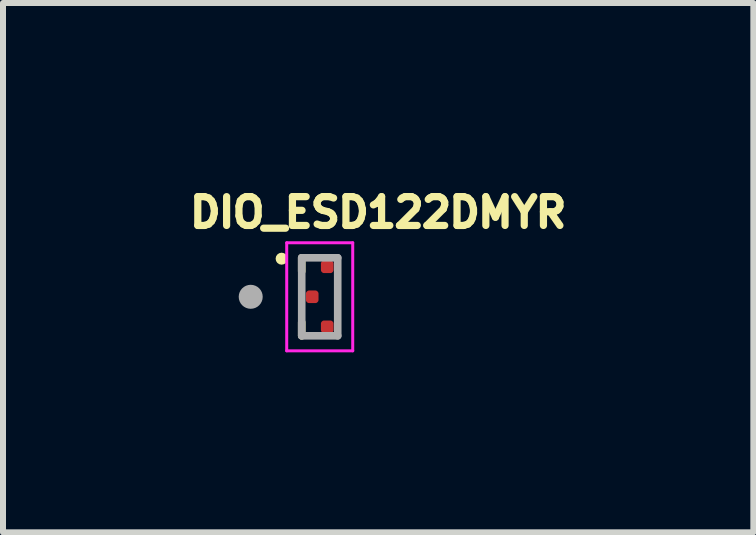
<source format=kicad_pcb>
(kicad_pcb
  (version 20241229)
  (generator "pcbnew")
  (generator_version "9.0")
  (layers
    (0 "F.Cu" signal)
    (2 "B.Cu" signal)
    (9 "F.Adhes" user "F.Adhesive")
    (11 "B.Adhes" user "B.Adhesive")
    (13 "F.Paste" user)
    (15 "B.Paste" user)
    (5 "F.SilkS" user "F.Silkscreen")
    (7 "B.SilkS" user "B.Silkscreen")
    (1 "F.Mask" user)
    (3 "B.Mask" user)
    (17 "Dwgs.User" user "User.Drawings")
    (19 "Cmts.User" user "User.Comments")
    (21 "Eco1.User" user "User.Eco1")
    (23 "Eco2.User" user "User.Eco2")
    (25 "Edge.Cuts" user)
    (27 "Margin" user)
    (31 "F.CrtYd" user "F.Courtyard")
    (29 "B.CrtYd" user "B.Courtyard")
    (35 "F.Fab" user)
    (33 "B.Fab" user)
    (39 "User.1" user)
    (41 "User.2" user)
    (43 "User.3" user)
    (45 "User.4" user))
  (footprint "DIO_ESD122DMYR"
    (layer "F.Cu")
    (at 2.278 1.896)
    (property "Reference" "DIO_ESD122DMYR" (at 0.974 -1.405 0) (layer "F.SilkS") (effects (font (size 0.48 0.48) (thickness 0.15))))
    (attr smd)
    (fp_poly (pts (xy -0.1 0.05) (xy -0.15 0.05) (xy -0.151 0.05) (xy -0.153 0.05) (xy -0.154 0.05) (xy -0.155 0.049) (xy -0.156 0.049) (xy -0.158 0.049) (xy -0.159 0.048) (xy -0.16 0.048) (xy -0.161 0.047) (xy -0.162 0.047) (xy -0.164 0.046) (xy -0.165 0.045) (xy -0.166 0.044) (xy -0.167 0.044) (xy -0.168 0.043) (xy -0.169 0.042) (xy -0.169 0.041) (xy -0.17 0.04) (xy -0.171 0.039) (xy -0.172 0.038) (xy -0.172 0.036) (xy -0.173 0.035) (xy -0.173 0.034) (xy -0.174 0.033) (xy -0.174 0.031) (xy -0.174 0.03) (xy -0.175 0.029) (xy -0.175 0.028) (xy -0.175 0.026) (xy -0.175 0.025) (xy -0.175 -0.025) (xy -0.175 -0.026) (xy -0.175 -0.028) (xy -0.175 -0.029) (xy -0.174 -0.03) (xy -0.174 -0.031) (xy -0.174 -0.033) (xy -0.173 -0.034) (xy -0.173 -0.035) (xy -0.172 -0.036) (xy -0.172 -0.038) (xy -0.171 -0.039) (xy -0.17 -0.04) (xy -0.169 -0.041) (xy -0.169 -0.042) (xy -0.168 -0.043) (xy -0.167 -0.044) (xy -0.166 -0.044) (xy -0.165 -0.045) (xy -0.164 -0.046) (xy -0.162 -0.047) (xy -0.161 -0.047) (xy -0.16 -0.048) (xy -0.159 -0.048) (xy -0.158 -0.049) (xy -0.156 -0.049) (xy -0.155 -0.049) (xy -0.154 -0.05) (xy -0.153 -0.05) (xy -0.151 -0.05) (xy -0.15 -0.05) (xy -0.1 -0.05) (xy -0.099 -0.05) (xy -0.097 -0.05) (xy -0.096 -0.05) (xy -0.095 -0.049) (xy -0.094 -0.049) (xy -0.092 -0.049) (xy -0.091 -0.048) (xy -0.09 -0.048) (xy -0.089 -0.047) (xy -0.087 -0.047) (xy -0.086 -0.046) (xy -0.085 -0.045) (xy -0.084 -0.044) (xy -0.083 -0.044) (xy -0.082 -0.043) (xy -0.081 -0.042) (xy -0.081 -0.041) (xy -0.08 -0.04) (xy -0.079 -0.039) (xy -0.078 -0.037) (xy -0.078 -0.036) (xy -0.077 -0.035) (xy -0.077 -0.034) (xy -0.076 -0.033) (xy -0.076 -0.031) (xy -0.076 -0.03) (xy -0.075 -0.029) (xy -0.075 -0.028) (xy -0.075 -0.026) (xy -0.075 -0.025) (xy -0.075 0.025) (xy -0.075 0.026) (xy -0.075 0.028) (xy -0.075 0.029) (xy -0.076 0.03) (xy -0.076 0.031) (xy -0.076 0.033) (xy -0.077 0.034) (xy -0.077 0.035) (xy -0.078 0.036) (xy -0.078 0.037) (xy -0.079 0.039) (xy -0.08 0.04) (xy -0.081 0.041) (xy -0.081 0.042) (xy -0.082 0.043) (xy -0.083 0.044) (xy -0.084 0.044) (xy -0.085 0.045) (xy -0.086 0.046) (xy -0.087 0.047) (xy -0.089 0.047) (xy -0.09 0.048) (xy -0.091 0.048) (xy -0.092 0.049) (xy -0.094 0.049) (xy -0.095 0.049) (xy -0.096 0.05) (xy -0.097 0.05) (xy -0.099 0.05) (xy -0.1 0.05)) (stroke (width 0.01) (type solid)) (fill yes) (layer "F.Mask"))
    (fp_poly (pts (xy 0.15 -0.45) (xy 0.1 -0.45) (xy 0.099 -0.45) (xy 0.097 -0.45) (xy 0.096 -0.45) (xy 0.095 -0.451) (xy 0.094 -0.451) (xy 0.092 -0.451) (xy 0.091 -0.452) (xy 0.09 -0.452) (xy 0.089 -0.453) (xy 0.087 -0.453) (xy 0.086 -0.454) (xy 0.085 -0.455) (xy 0.084 -0.456) (xy 0.083 -0.456) (xy 0.082 -0.457) (xy 0.081 -0.458) (xy 0.081 -0.459) (xy 0.08 -0.46) (xy 0.079 -0.461) (xy 0.078 -0.463) (xy 0.078 -0.464) (xy 0.077 -0.465) (xy 0.077 -0.466) (xy 0.076 -0.467) (xy 0.076 -0.469) (xy 0.076 -0.47) (xy 0.075 -0.471) (xy 0.075 -0.472) (xy 0.075 -0.474) (xy 0.075 -0.475) (xy 0.075 -0.525) (xy 0.075 -0.526) (xy 0.075 -0.528) (xy 0.075 -0.529) (xy 0.076 -0.53) (xy 0.076 -0.531) (xy 0.076 -0.533) (xy 0.077 -0.534) (xy 0.077 -0.535) (xy 0.078 -0.536) (xy 0.078 -0.538) (xy 0.079 -0.539) (xy 0.08 -0.54) (xy 0.081 -0.541) (xy 0.081 -0.542) (xy 0.082 -0.543) (xy 0.083 -0.544) (xy 0.084 -0.544) (xy 0.085 -0.545) (xy 0.086 -0.546) (xy 0.088 -0.547) (xy 0.089 -0.547) (xy 0.09 -0.548) (xy 0.091 -0.548) (xy 0.092 -0.549) (xy 0.094 -0.549) (xy 0.095 -0.549) (xy 0.096 -0.55) (xy 0.097 -0.55) (xy 0.099 -0.55) (xy 0.1 -0.55) (xy 0.15 -0.55) (xy 0.151 -0.55) (xy 0.153 -0.55) (xy 0.154 -0.55) (xy 0.155 -0.549) (xy 0.156 -0.549) (xy 0.158 -0.549) (xy 0.159 -0.548) (xy 0.16 -0.548) (xy 0.161 -0.547) (xy 0.162 -0.547) (xy 0.164 -0.546) (xy 0.165 -0.545) (xy 0.166 -0.544) (xy 0.167 -0.544) (xy 0.168 -0.543) (xy 0.169 -0.542) (xy 0.169 -0.541) (xy 0.17 -0.54) (xy 0.171 -0.539) (xy 0.172 -0.538) (xy 0.172 -0.536) (xy 0.173 -0.535) (xy 0.173 -0.534) (xy 0.174 -0.533) (xy 0.174 -0.531) (xy 0.174 -0.53) (xy 0.175 -0.529) (xy 0.175 -0.528) (xy 0.175 -0.526) (xy 0.175 -0.525) (xy 0.175 -0.475) (xy 0.175 -0.474) (xy 0.175 -0.472) (xy 0.175 -0.471) (xy 0.174 -0.47) (xy 0.174 -0.469) (xy 0.174 -0.467) (xy 0.173 -0.466) (xy 0.173 -0.465) (xy 0.172 -0.464) (xy 0.172 -0.463) (xy 0.171 -0.461) (xy 0.17 -0.46) (xy 0.169 -0.459) (xy 0.169 -0.458) (xy 0.168 -0.457) (xy 0.167 -0.456) (xy 0.166 -0.456) (xy 0.165 -0.455) (xy 0.164 -0.454) (xy 0.162 -0.453) (xy 0.161 -0.453) (xy 0.16 -0.452) (xy 0.159 -0.452) (xy 0.158 -0.451) (xy 0.156 -0.451) (xy 0.155 -0.451) (xy 0.154 -0.45) (xy 0.153 -0.45) (xy 0.151 -0.45) (xy 0.15 -0.45)) (stroke (width 0.01) (type solid)) (fill yes) (layer "F.Mask"))
    (fp_poly (pts (xy 0.15 0.55) (xy 0.1 0.55) (xy 0.099 0.55) (xy 0.097 0.55) (xy 0.096 0.55) (xy 0.095 0.549) (xy 0.094 0.549) (xy 0.092 0.549) (xy 0.091 0.548) (xy 0.09 0.548) (xy 0.089 0.547) (xy 0.087 0.547) (xy 0.086 0.546) (xy 0.085 0.545) (xy 0.084 0.544) (xy 0.083 0.544) (xy 0.082 0.543) (xy 0.081 0.542) (xy 0.081 0.541) (xy 0.08 0.54) (xy 0.079 0.539) (xy 0.078 0.538) (xy 0.078 0.536) (xy 0.077 0.535) (xy 0.077 0.534) (xy 0.076 0.533) (xy 0.076 0.531) (xy 0.076 0.53) (xy 0.075 0.529) (xy 0.075 0.528) (xy 0.075 0.526) (xy 0.075 0.525) (xy 0.075 0.475) (xy 0.075 0.474) (xy 0.075 0.472) (xy 0.075 0.471) (xy 0.076 0.47) (xy 0.076 0.469) (xy 0.076 0.467) (xy 0.077 0.466) (xy 0.077 0.465) (xy 0.078 0.464) (xy 0.078 0.463) (xy 0.079 0.461) (xy 0.08 0.46) (xy 0.081 0.459) (xy 0.081 0.458) (xy 0.082 0.457) (xy 0.083 0.456) (xy 0.084 0.456) (xy 0.085 0.455) (xy 0.086 0.454) (xy 0.087 0.453) (xy 0.089 0.453) (xy 0.09 0.452) (xy 0.091 0.452) (xy 0.092 0.451) (xy 0.094 0.451) (xy 0.095 0.451) (xy 0.096 0.45) (xy 0.097 0.45) (xy 0.099 0.45) (xy 0.1 0.45) (xy 0.15 0.45) (xy 0.151 0.45) (xy 0.153 0.45) (xy 0.154 0.45) (xy 0.155 0.451) (xy 0.156 0.451) (xy 0.158 0.451) (xy 0.159 0.452) (xy 0.16 0.452) (xy 0.161 0.453) (xy 0.162 0.453) (xy 0.164 0.454) (xy 0.165 0.455) (xy 0.166 0.456) (xy 0.167 0.456) (xy 0.168 0.457) (xy 0.169 0.458) (xy 0.169 0.459) (xy 0.17 0.46) (xy 0.171 0.461) (xy 0.172 0.463) (xy 0.172 0.464) (xy 0.173 0.465) (xy 0.173 0.466) (xy 0.174 0.467) (xy 0.174 0.469) (xy 0.174 0.47) (xy 0.175 0.471) (xy 0.175 0.472) (xy 0.175 0.474) (xy 0.175 0.475) (xy 0.175 0.525) (xy 0.175 0.526) (xy 0.175 0.528) (xy 0.175 0.529) (xy 0.174 0.53) (xy 0.174 0.531) (xy 0.174 0.533) (xy 0.173 0.534) (xy 0.173 0.535) (xy 0.172 0.536) (xy 0.172 0.538) (xy 0.171 0.539) (xy 0.17 0.54) (xy 0.169 0.541) (xy 0.169 0.542) (xy 0.168 0.543) (xy 0.167 0.544) (xy 0.166 0.544) (xy 0.165 0.545) (xy 0.164 0.546) (xy 0.162 0.547) (xy 0.161 0.547) (xy 0.16 0.548) (xy 0.159 0.548) (xy 0.158 0.549) (xy 0.156 0.549) (xy 0.155 0.549) (xy 0.154 0.55) (xy 0.153 0.55) (xy 0.151 0.55) (xy 0.15 0.55)) (stroke (width 0.01) (type solid)) (fill yes) (layer "F.Mask"))
    (fp_line (start -0.3 -0.425) (end -0.3 -0.65) (stroke (width 0.127) (type solid)) (layer "F.SilkS"))
    (fp_line (start -0.3 0.65) (end -0.3 0.425) (stroke (width 0.127) (type solid)) (layer "F.SilkS"))
    (fp_circle (center -0.635 -0.635) (end -0.585 -0.635) (stroke (width 0.1) (type solid)) (fill no) (layer "F.SilkS"))
    (fp_poly (pts (xy -0.07 0.105) (xy -0.18 0.105) (xy -0.183 0.105) (xy -0.185 0.105) (xy -0.188 0.104) (xy -0.19 0.104) (xy -0.193 0.103) (xy -0.195 0.103) (xy -0.198 0.102) (xy -0.2 0.101) (xy -0.203 0.1) (xy -0.205 0.098) (xy -0.207 0.097) (xy -0.209 0.095) (xy -0.211 0.094) (xy -0.213 0.092) (xy -0.215 0.09) (xy -0.217 0.088) (xy -0.219 0.086) (xy -0.22 0.084) (xy -0.222 0.082) (xy -0.223 0.08) (xy -0.225 0.078) (xy -0.226 0.075) (xy -0.227 0.073) (xy -0.228 0.07) (xy -0.228 0.068) (xy -0.229 0.065) (xy -0.229 0.063) (xy -0.23 0.06) (xy -0.23 0.058) (xy -0.23 0.055) (xy -0.23 -0.055) (xy -0.23 -0.058) (xy -0.23 -0.06) (xy -0.229 -0.063) (xy -0.229 -0.065) (xy -0.228 -0.068) (xy -0.228 -0.07) (xy -0.227 -0.073) (xy -0.226 -0.075) (xy -0.225 -0.078) (xy -0.223 -0.08) (xy -0.222 -0.082) (xy -0.22 -0.084) (xy -0.219 -0.086) (xy -0.217 -0.088) (xy -0.215 -0.09) (xy -0.213 -0.092) (xy -0.211 -0.094) (xy -0.209 -0.095) (xy -0.207 -0.097) (xy -0.205 -0.098) (xy -0.203 -0.1) (xy -0.2 -0.101) (xy -0.198 -0.102) (xy -0.195 -0.103) (xy -0.193 -0.103) (xy -0.19 -0.104) (xy -0.188 -0.104) (xy -0.185 -0.105) (xy -0.183 -0.105) (xy -0.18 -0.105) (xy -0.07 -0.105) (xy -0.067 -0.105) (xy -0.065 -0.105) (xy -0.062 -0.104) (xy -0.06 -0.104) (xy -0.057 -0.103) (xy -0.055 -0.103) (xy -0.052 -0.102) (xy -0.05 -0.101) (xy -0.047 -0.1) (xy -0.045 -0.098) (xy -0.043 -0.097) (xy -0.041 -0.095) (xy -0.039 -0.094) (xy -0.037 -0.092) (xy -0.035 -0.09) (xy -0.033 -0.088) (xy -0.031 -0.086) (xy -0.03 -0.084) (xy -0.028 -0.082) (xy -0.027 -0.08) (xy -0.025 -0.078) (xy -0.024 -0.075) (xy -0.023 -0.073) (xy -0.022 -0.07) (xy -0.022 -0.068) (xy -0.021 -0.065) (xy -0.021 -0.063) (xy -0.02 -0.06) (xy -0.02 -0.058) (xy -0.02 -0.055) (xy -0.02 0.055) (xy -0.02 0.058) (xy -0.02 0.06) (xy -0.021 0.063) (xy -0.021 0.065) (xy -0.022 0.068) (xy -0.022 0.07) (xy -0.023 0.073) (xy -0.024 0.075) (xy -0.025 0.078) (xy -0.027 0.08) (xy -0.028 0.082) (xy -0.03 0.084) (xy -0.031 0.086) (xy -0.033 0.088) (xy -0.035 0.09) (xy -0.037 0.092) (xy -0.039 0.094) (xy -0.041 0.095) (xy -0.043 0.097) (xy -0.045 0.098) (xy -0.047 0.1) (xy -0.05 0.101) (xy -0.052 0.102) (xy -0.055 0.103) (xy -0.057 0.103) (xy -0.06 0.104) (xy -0.062 0.104) (xy -0.065 0.105) (xy -0.067 0.105) (xy -0.07 0.105)) (stroke (width 0.01) (type solid)) (fill yes) (layer "F.Paste"))
    (fp_poly (pts (xy 0.18 -0.395) (xy 0.07 -0.395) (xy 0.067 -0.395) (xy 0.065 -0.395) (xy 0.062 -0.396) (xy 0.06 -0.396) (xy 0.057 -0.397) (xy 0.055 -0.397) (xy 0.052 -0.398) (xy 0.05 -0.399) (xy 0.047 -0.4) (xy 0.045 -0.402) (xy 0.043 -0.403) (xy 0.041 -0.405) (xy 0.039 -0.406) (xy 0.037 -0.408) (xy 0.035 -0.41) (xy 0.033 -0.412) (xy 0.031 -0.414) (xy 0.03 -0.416) (xy 0.028 -0.418) (xy 0.027 -0.42) (xy 0.025 -0.422) (xy 0.024 -0.425) (xy 0.023 -0.427) (xy 0.022 -0.43) (xy 0.022 -0.432) (xy 0.021 -0.435) (xy 0.021 -0.437) (xy 0.02 -0.44) (xy 0.02 -0.442) (xy 0.02 -0.445) (xy 0.02 -0.555) (xy 0.02 -0.558) (xy 0.02 -0.56) (xy 0.021 -0.563) (xy 0.021 -0.565) (xy 0.022 -0.568) (xy 0.022 -0.57) (xy 0.023 -0.573) (xy 0.024 -0.575) (xy 0.025 -0.578) (xy 0.027 -0.58) (xy 0.028 -0.582) (xy 0.03 -0.584) (xy 0.031 -0.586) (xy 0.033 -0.588) (xy 0.035 -0.59) (xy 0.037 -0.592) (xy 0.039 -0.594) (xy 0.041 -0.595) (xy 0.043 -0.597) (xy 0.045 -0.598) (xy 0.047 -0.6) (xy 0.05 -0.601) (xy 0.052 -0.602) (xy 0.055 -0.603) (xy 0.057 -0.603) (xy 0.06 -0.604) (xy 0.062 -0.604) (xy 0.065 -0.605) (xy 0.067 -0.605) (xy 0.07 -0.605) (xy 0.18 -0.605) (xy 0.183 -0.605) (xy 0.185 -0.605) (xy 0.188 -0.604) (xy 0.19 -0.604) (xy 0.193 -0.603) (xy 0.195 -0.603) (xy 0.198 -0.602) (xy 0.2 -0.601) (xy 0.203 -0.6) (xy 0.205 -0.598) (xy 0.207 -0.597) (xy 0.209 -0.595) (xy 0.211 -0.594) (xy 0.213 -0.592) (xy 0.215 -0.59) (xy 0.217 -0.588) (xy 0.219 -0.586) (xy 0.22 -0.584) (xy 0.222 -0.582) (xy 0.223 -0.58) (xy 0.225 -0.578) (xy 0.226 -0.575) (xy 0.227 -0.573) (xy 0.228 -0.57) (xy 0.228 -0.568) (xy 0.229 -0.565) (xy 0.229 -0.563) (xy 0.23 -0.56) (xy 0.23 -0.558) (xy 0.23 -0.555) (xy 0.23 -0.445) (xy 0.23 -0.442) (xy 0.23 -0.44) (xy 0.229 -0.437) (xy 0.229 -0.435) (xy 0.228 -0.432) (xy 0.228 -0.43) (xy 0.227 -0.427) (xy 0.226 -0.425) (xy 0.225 -0.422) (xy 0.223 -0.42) (xy 0.222 -0.418) (xy 0.22 -0.416) (xy 0.219 -0.414) (xy 0.217 -0.412) (xy 0.215 -0.41) (xy 0.213 -0.408) (xy 0.211 -0.406) (xy 0.209 -0.405) (xy 0.207 -0.403) (xy 0.205 -0.402) (xy 0.203 -0.4) (xy 0.2 -0.399) (xy 0.198 -0.398) (xy 0.195 -0.397) (xy 0.193 -0.397) (xy 0.19 -0.396) (xy 0.188 -0.396) (xy 0.185 -0.395) (xy 0.183 -0.395) (xy 0.18 -0.395)) (stroke (width 0.01) (type solid)) (fill yes) (layer "F.Paste"))
    (fp_poly (pts (xy 0.18 0.605) (xy 0.07 0.605) (xy 0.067 0.605) (xy 0.065 0.605) (xy 0.062 0.604) (xy 0.06 0.604) (xy 0.057 0.603) (xy 0.055 0.603) (xy 0.052 0.602) (xy 0.05 0.601) (xy 0.047 0.6) (xy 0.045 0.598) (xy 0.043 0.597) (xy 0.041 0.595) (xy 0.039 0.594) (xy 0.037 0.592) (xy 0.035 0.59) (xy 0.033 0.588) (xy 0.031 0.586) (xy 0.03 0.584) (xy 0.028 0.582) (xy 0.027 0.58) (xy 0.025 0.578) (xy 0.024 0.575) (xy 0.023 0.573) (xy 0.022 0.57) (xy 0.022 0.568) (xy 0.021 0.565) (xy 0.021 0.563) (xy 0.02 0.56) (xy 0.02 0.558) (xy 0.02 0.555) (xy 0.02 0.445) (xy 0.02 0.442) (xy 0.02 0.44) (xy 0.021 0.437) (xy 0.021 0.435) (xy 0.022 0.432) (xy 0.022 0.43) (xy 0.023 0.427) (xy 0.024 0.425) (xy 0.025 0.422) (xy 0.027 0.42) (xy 0.028 0.418) (xy 0.03 0.416) (xy 0.031 0.414) (xy 0.033 0.412) (xy 0.035 0.41) (xy 0.037 0.408) (xy 0.039 0.406) (xy 0.041 0.405) (xy 0.043 0.403) (xy 0.045 0.402) (xy 0.047 0.4) (xy 0.05 0.399) (xy 0.052 0.398) (xy 0.055 0.397) (xy 0.057 0.397) (xy 0.06 0.396) (xy 0.062 0.396) (xy 0.065 0.395) (xy 0.067 0.395) (xy 0.07 0.395) (xy 0.18 0.395) (xy 0.183 0.395) (xy 0.185 0.395) (xy 0.188 0.396) (xy 0.19 0.396) (xy 0.193 0.397) (xy 0.195 0.397) (xy 0.198 0.398) (xy 0.2 0.399) (xy 0.203 0.4) (xy 0.205 0.402) (xy 0.207 0.403) (xy 0.209 0.405) (xy 0.211 0.406) (xy 0.213 0.408) (xy 0.215 0.41) (xy 0.217 0.412) (xy 0.219 0.414) (xy 0.22 0.416) (xy 0.222 0.418) (xy 0.223 0.42) (xy 0.225 0.422) (xy 0.226 0.425) (xy 0.227 0.427) (xy 0.228 0.43) (xy 0.228 0.432) (xy 0.229 0.435) (xy 0.229 0.437) (xy 0.23 0.44) (xy 0.23 0.442) (xy 0.23 0.445) (xy 0.23 0.555) (xy 0.23 0.558) (xy 0.23 0.56) (xy 0.229 0.563) (xy 0.229 0.565) (xy 0.228 0.568) (xy 0.228 0.57) (xy 0.227 0.573) (xy 0.226 0.575) (xy 0.225 0.578) (xy 0.223 0.58) (xy 0.222 0.582) (xy 0.22 0.584) (xy 0.219 0.586) (xy 0.217 0.588) (xy 0.215 0.59) (xy 0.213 0.592) (xy 0.211 0.594) (xy 0.209 0.595) (xy 0.207 0.597) (xy 0.205 0.598) (xy 0.203 0.6) (xy 0.2 0.601) (xy 0.198 0.602) (xy 0.195 0.603) (xy 0.193 0.603) (xy 0.19 0.604) (xy 0.188 0.604) (xy 0.185 0.605) (xy 0.183 0.605) (xy 0.18 0.605)) (stroke (width 0.01) (type solid)) (fill yes) (layer "F.Paste"))
    (fp_line (start -0.55 -0.9) (end -0.55 0.9) (stroke (width 0.05) (type solid)) (layer "F.CrtYd"))
    (fp_line (start -0.55 0.9) (end 0.55 0.9) (stroke (width 0.05) (type solid)) (layer "F.CrtYd"))
    (fp_line (start 0.55 -0.9) (end -0.55 -0.9) (stroke (width 0.05) (type solid)) (layer "F.CrtYd"))
    (fp_line (start 0.55 0.9) (end 0.55 -0.9) (stroke (width 0.05) (type solid)) (layer "F.CrtYd"))
    (fp_line (start -0.3 -0.65) (end 0.3 -0.65) (stroke (width 0.127) (type solid)) (layer "F.Fab"))
    (fp_line (start -0.3 0.65) (end -0.3 -0.65) (stroke (width 0.127) (type solid)) (layer "F.Fab"))
    (fp_line (start -0.3 0.65) (end 0.3 0.65) (stroke (width 0.127) (type solid)) (layer "F.Fab"))
    (fp_line (start 0.3 0.65) (end 0.3 -0.65) (stroke (width 0.127) (type solid)) (layer "F.Fab"))
    (fp_circle (center -1.15 0) (end -1.05 0) (stroke (width 0.2) (type solid)) (fill no) (layer "F.Fab"))
    (pad "1" smd custom (at -0.125 0) (size 0.05 0.05) (layers "F.Cu") (options (anchor rect)) (primitives (gr_poly (pts (xy 0.1 -0.05) (xy 0.1 0.05) (xy 0.1 0.053) (xy 0.1 0.055) (xy 0.099 0.058) (xy 0.099 0.06) (xy 0.098 0.063) (xy 0.098 0.065) (xy 0.097 0.068) (xy 0.096 0.07) (xy 0.095 0.073) (xy 0.093 0.075) (xy 0.092 0.077) (xy 0.09 0.079) (xy 0.089 0.081) (xy 0.087 0.083) (xy 0.085 0.085) (xy 0.083 0.087) (xy 0.081 0.089) (xy 0.079 0.09) (xy 0.077 0.092) (xy 0.075 0.093) (xy 0.073 0.095) (xy 0.07 0.096) (xy 0.068 0.097) (xy 0.065 0.098) (xy 0.063 0.098) (xy 0.06 0.099) (xy 0.058 0.099) (xy 0.055 0.1) (xy 0.053 0.1) (xy 0.05 0.1) (xy -0.05 0.1) (xy -0.053 0.1) (xy -0.055 0.1) (xy -0.058 0.099) (xy -0.06 0.099) (xy -0.063 0.098) (xy -0.065 0.098) (xy -0.068 0.097) (xy -0.07 0.096) (xy -0.073 0.095) (xy -0.075 0.093) (xy -0.077 0.092) (xy -0.079 0.09) (xy -0.081 0.089) (xy -0.083 0.087) (xy -0.085 0.085) (xy -0.087 0.083) (xy -0.089 0.081) (xy -0.09 0.079) (xy -0.092 0.077) (xy -0.093 0.075) (xy -0.095 0.073) (xy -0.096 0.07) (xy -0.097 0.068) (xy -0.098 0.065) (xy -0.098 0.063) (xy -0.099 0.06) (xy -0.099 0.058) (xy -0.1 0.055) (xy -0.1 0.053) (xy -0.1 0.05) (xy -0.1 -0.05) (xy -0.1 -0.053) (xy -0.1 -0.055) (xy -0.099 -0.058) (xy -0.099 -0.06) (xy -0.098 -0.063) (xy -0.098 -0.065) (xy -0.097 -0.068) (xy -0.096 -0.07) (xy -0.095 -0.073) (xy -0.093 -0.075) (xy -0.092 -0.077) (xy -0.09 -0.079) (xy -0.089 -0.081) (xy -0.087 -0.083) (xy -0.085 -0.085) (xy -0.083 -0.087) (xy -0.081 -0.089) (xy -0.079 -0.09) (xy -0.077 -0.092) (xy -0.075 -0.093) (xy -0.073 -0.095) (xy -0.07 -0.096) (xy -0.068 -0.097) (xy -0.065 -0.098) (xy -0.063 -0.098) (xy -0.06 -0.099) (xy -0.058 -0.099) (xy -0.055 -0.1) (xy -0.053 -0.1) (xy -0.05 -0.1) (xy 0.05 -0.1) (xy 0.053 -0.1) (xy 0.055 -0.1) (xy 0.058 -0.099) (xy 0.06 -0.099) (xy 0.063 -0.098) (xy 0.065 -0.098) (xy 0.068 -0.097) (xy 0.07 -0.096) (xy 0.073 -0.095) (xy 0.075 -0.093) (xy 0.077 -0.092) (xy 0.079 -0.09) (xy 0.081 -0.089) (xy 0.083 -0.087) (xy 0.085 -0.085) (xy 0.087 -0.083) (xy 0.089 -0.081) (xy 0.09 -0.079) (xy 0.092 -0.077) (xy 0.093 -0.075) (xy 0.095 -0.073) (xy 0.096 -0.07) (xy 0.097 -0.068) (xy 0.098 -0.065) (xy 0.098 -0.063) (xy 0.099 -0.06) (xy 0.099 -0.058) (xy 0.1 -0.055) (xy 0.1 -0.053) (xy 0.1 -0.05)) (width 0.01) (fill yes))))
    (pad "2" smd custom (at 0.125 0.5) (size 0.05 0.05) (layers "F.Cu") (options (anchor rect)) (primitives (gr_poly (pts (xy 0.1 -0.05) (xy 0.1 0.05) (xy 0.1 0.053) (xy 0.1 0.055) (xy 0.099 0.058) (xy 0.099 0.06) (xy 0.098 0.063) (xy 0.098 0.065) (xy 0.097 0.068) (xy 0.096 0.07) (xy 0.095 0.073) (xy 0.093 0.075) (xy 0.092 0.077) (xy 0.09 0.079) (xy 0.089 0.081) (xy 0.087 0.083) (xy 0.085 0.085) (xy 0.083 0.087) (xy 0.081 0.089) (xy 0.079 0.09) (xy 0.077 0.092) (xy 0.075 0.093) (xy 0.073 0.095) (xy 0.07 0.096) (xy 0.068 0.097) (xy 0.065 0.098) (xy 0.063 0.098) (xy 0.06 0.099) (xy 0.058 0.099) (xy 0.055 0.1) (xy 0.053 0.1) (xy 0.05 0.1) (xy -0.05 0.1) (xy -0.053 0.1) (xy -0.055 0.1) (xy -0.058 0.099) (xy -0.06 0.099) (xy -0.063 0.098) (xy -0.065 0.098) (xy -0.068 0.097) (xy -0.07 0.096) (xy -0.073 0.095) (xy -0.075 0.093) (xy -0.077 0.092) (xy -0.079 0.09) (xy -0.081 0.089) (xy -0.083 0.087) (xy -0.085 0.085) (xy -0.087 0.083) (xy -0.089 0.081) (xy -0.09 0.079) (xy -0.092 0.077) (xy -0.093 0.075) (xy -0.095 0.073) (xy -0.096 0.07) (xy -0.097 0.068) (xy -0.098 0.065) (xy -0.098 0.063) (xy -0.099 0.06) (xy -0.099 0.058) (xy -0.1 0.055) (xy -0.1 0.053) (xy -0.1 0.05) (xy -0.1 -0.05) (xy -0.1 -0.053) (xy -0.1 -0.055) (xy -0.099 -0.058) (xy -0.099 -0.06) (xy -0.098 -0.063) (xy -0.098 -0.065) (xy -0.097 -0.068) (xy -0.096 -0.07) (xy -0.095 -0.073) (xy -0.093 -0.075) (xy -0.092 -0.077) (xy -0.09 -0.079) (xy -0.089 -0.081) (xy -0.087 -0.083) (xy -0.085 -0.085) (xy -0.083 -0.087) (xy -0.081 -0.089) (xy -0.079 -0.09) (xy -0.077 -0.092) (xy -0.075 -0.093) (xy -0.073 -0.095) (xy -0.07 -0.096) (xy -0.068 -0.097) (xy -0.065 -0.098) (xy -0.063 -0.098) (xy -0.06 -0.099) (xy -0.058 -0.099) (xy -0.055 -0.1) (xy -0.053 -0.1) (xy -0.05 -0.1) (xy 0.05 -0.1) (xy 0.053 -0.1) (xy 0.055 -0.1) (xy 0.058 -0.099) (xy 0.06 -0.099) (xy 0.063 -0.098) (xy 0.065 -0.098) (xy 0.068 -0.097) (xy 0.07 -0.096) (xy 0.073 -0.095) (xy 0.075 -0.093) (xy 0.077 -0.092) (xy 0.079 -0.09) (xy 0.081 -0.089) (xy 0.083 -0.087) (xy 0.085 -0.085) (xy 0.087 -0.083) (xy 0.089 -0.081) (xy 0.09 -0.079) (xy 0.092 -0.077) (xy 0.093 -0.075) (xy 0.095 -0.073) (xy 0.096 -0.07) (xy 0.097 -0.068) (xy 0.098 -0.065) (xy 0.098 -0.063) (xy 0.099 -0.06) (xy 0.099 -0.058) (xy 0.1 -0.055) (xy 0.1 -0.053) (xy 0.1 -0.05)) (width 0.01) (fill yes))))
    (pad "3" smd custom (at 0.125 -0.5) (size 0.05 0.05) (layers "F.Cu") (options (anchor rect)) (primitives (gr_poly (pts (xy 0.1 -0.05) (xy 0.1 0.05) (xy 0.1 0.053) (xy 0.1 0.055) (xy 0.099 0.058) (xy 0.099 0.06) (xy 0.098 0.063) (xy 0.098 0.065) (xy 0.097 0.068) (xy 0.096 0.07) (xy 0.095 0.073) (xy 0.093 0.075) (xy 0.092 0.077) (xy 0.09 0.079) (xy 0.089 0.081) (xy 0.087 0.083) (xy 0.085 0.085) (xy 0.083 0.087) (xy 0.081 0.089) (xy 0.079 0.09) (xy 0.077 0.092) (xy 0.075 0.093) (xy 0.073 0.095) (xy 0.07 0.096) (xy 0.068 0.097) (xy 0.065 0.098) (xy 0.063 0.098) (xy 0.06 0.099) (xy 0.058 0.099) (xy 0.055 0.1) (xy 0.053 0.1) (xy 0.05 0.1) (xy -0.05 0.1) (xy -0.053 0.1) (xy -0.055 0.1) (xy -0.058 0.099) (xy -0.06 0.099) (xy -0.063 0.098) (xy -0.065 0.098) (xy -0.068 0.097) (xy -0.07 0.096) (xy -0.073 0.095) (xy -0.075 0.093) (xy -0.077 0.092) (xy -0.079 0.09) (xy -0.081 0.089) (xy -0.083 0.087) (xy -0.085 0.085) (xy -0.087 0.083) (xy -0.089 0.081) (xy -0.09 0.079) (xy -0.092 0.077) (xy -0.093 0.075) (xy -0.095 0.073) (xy -0.096 0.07) (xy -0.097 0.068) (xy -0.098 0.065) (xy -0.098 0.063) (xy -0.099 0.06) (xy -0.099 0.058) (xy -0.1 0.055) (xy -0.1 0.053) (xy -0.1 0.05) (xy -0.1 -0.05) (xy -0.1 -0.053) (xy -0.1 -0.055) (xy -0.099 -0.058) (xy -0.099 -0.06) (xy -0.098 -0.063) (xy -0.098 -0.065) (xy -0.097 -0.068) (xy -0.096 -0.07) (xy -0.095 -0.073) (xy -0.093 -0.075) (xy -0.092 -0.077) (xy -0.09 -0.079) (xy -0.089 -0.081) (xy -0.087 -0.083) (xy -0.085 -0.085) (xy -0.083 -0.087) (xy -0.081 -0.089) (xy -0.079 -0.09) (xy -0.077 -0.092) (xy -0.075 -0.093) (xy -0.073 -0.095) (xy -0.07 -0.096) (xy -0.068 -0.097) (xy -0.065 -0.098) (xy -0.063 -0.098) (xy -0.06 -0.099) (xy -0.058 -0.099) (xy -0.055 -0.1) (xy -0.053 -0.1) (xy -0.05 -0.1) (xy 0.05 -0.1) (xy 0.053 -0.1) (xy 0.055 -0.1) (xy 0.058 -0.099) (xy 0.06 -0.099) (xy 0.063 -0.098) (xy 0.065 -0.098) (xy 0.068 -0.097) (xy 0.07 -0.096) (xy 0.073 -0.095) (xy 0.075 -0.093) (xy 0.077 -0.092) (xy 0.079 -0.09) (xy 0.081 -0.089) (xy 0.083 -0.087) (xy 0.085 -0.085) (xy 0.087 -0.083) (xy 0.089 -0.081) (xy 0.09 -0.079) (xy 0.092 -0.077) (xy 0.093 -0.075) (xy 0.095 -0.073) (xy 0.096 -0.07) (xy 0.097 -0.068) (xy 0.098 -0.065) (xy 0.098 -0.063) (xy 0.099 -0.06) (xy 0.099 -0.058) (xy 0.1 -0.055) (xy 0.1 -0.053) (xy 0.1 -0.05)) (width 0.01) (fill yes)))))
  (gr_rect
    (start -3 -3)
    (end 9.504 5.821)
    (stroke (width 0.1) (type default))
    (fill no)
    (layer "Edge.Cuts")))
</source>
